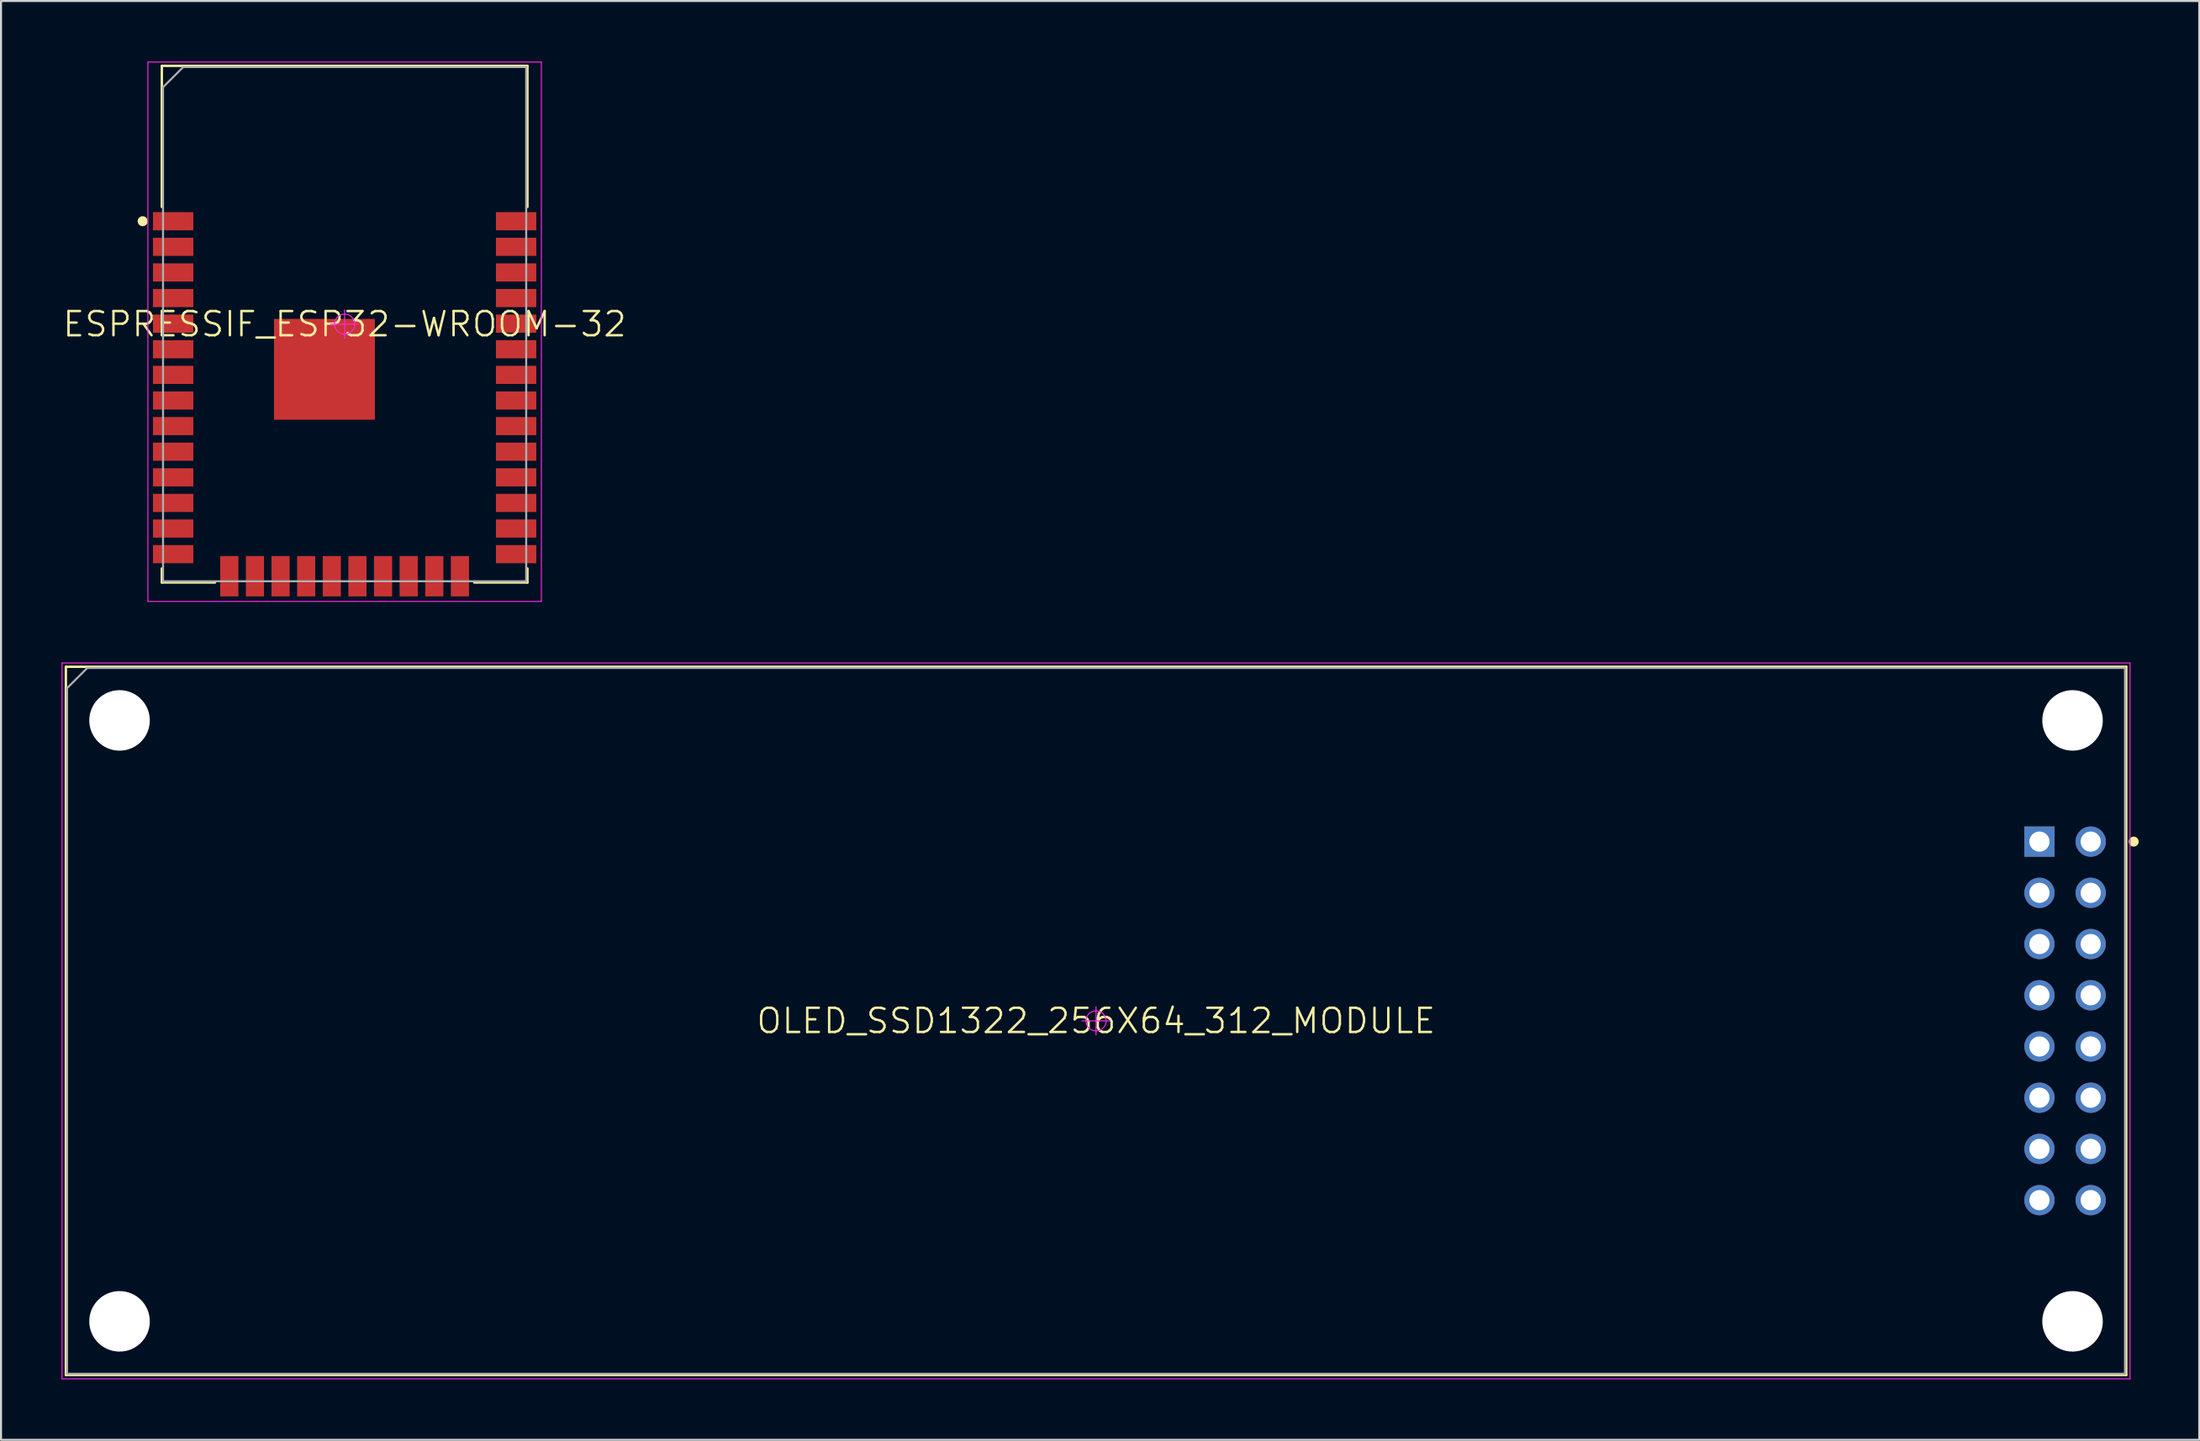
<source format=kicad_pcb>
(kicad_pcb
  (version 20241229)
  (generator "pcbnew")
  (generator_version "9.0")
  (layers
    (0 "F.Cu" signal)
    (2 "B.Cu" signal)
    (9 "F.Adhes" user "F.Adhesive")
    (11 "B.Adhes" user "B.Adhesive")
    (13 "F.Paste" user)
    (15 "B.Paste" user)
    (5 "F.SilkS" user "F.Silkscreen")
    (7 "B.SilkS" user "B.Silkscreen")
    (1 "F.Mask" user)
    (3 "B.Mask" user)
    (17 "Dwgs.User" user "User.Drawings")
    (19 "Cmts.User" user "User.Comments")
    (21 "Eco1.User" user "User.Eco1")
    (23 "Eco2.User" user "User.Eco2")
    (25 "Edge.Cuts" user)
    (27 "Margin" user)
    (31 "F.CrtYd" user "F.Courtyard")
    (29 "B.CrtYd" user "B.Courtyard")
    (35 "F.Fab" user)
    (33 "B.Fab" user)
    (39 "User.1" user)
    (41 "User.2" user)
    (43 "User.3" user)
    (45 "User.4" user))
  (footprint "ESPRESSIF_ESP32-WROOM-32"
    (layer "F.Cu")
    (at 14.031 13.025)
    (property "Reference" "ESPRESSIF_ESP32-WROOM-32" (at 0 0 0) (layer "F.SilkS") (effects (font (size 1.2 1.2) (thickness 0.12))))
    (attr smd)
    (fp_line (start -9.06 -12.81) (end -9.06 -5.815) (stroke (width 0.12) (type solid)) (layer "F.SilkS"))
    (fp_line (start -9.06 -12.81) (end 9.06 -12.81) (stroke (width 0.12) (type solid)) (layer "F.SilkS"))
    (fp_line (start -9.06 12.115) (end -9.06 12.81) (stroke (width 0.12) (type solid)) (layer "F.SilkS"))
    (fp_line (start -9.06 12.81) (end -6.425 12.81) (stroke (width 0.12) (type solid)) (layer "F.SilkS"))
    (fp_line (start 6.425 12.81) (end 9.06 12.81) (stroke (width 0.12) (type solid)) (layer "F.SilkS"))
    (fp_line (start 9.06 -12.81) (end 9.06 -5.815) (stroke (width 0.12) (type solid)) (layer "F.SilkS"))
    (fp_line (start 9.06 12.115) (end 9.06 12.81) (stroke (width 0.12) (type solid)) (layer "F.SilkS"))
    (fp_circle (center -10.01 -5.105) (end -10.01 -4.98) (stroke (width 0.25) (type solid)) (fill no) (layer "F.SilkS"))
    (fp_line (start -9.75 -13) (end 9.75 -13) (stroke (width 0.05) (type solid)) (layer "F.CrtYd"))
    (fp_line (start -9.75 13.75) (end -9.75 -13) (stroke (width 0.05) (type solid)) (layer "F.CrtYd"))
    (fp_line (start -0.7 0) (end 0.7 0) (stroke (width 0.05) (type solid)) (layer "F.CrtYd"))
    (fp_line (start 0 -0.7) (end 0 0.7) (stroke (width 0.05) (type solid)) (layer "F.CrtYd"))
    (fp_line (start 9.75 -13) (end 9.75 13.75) (stroke (width 0.05) (type solid)) (layer "F.CrtYd"))
    (fp_line (start 9.75 13.75) (end -9.75 13.75) (stroke (width 0.05) (type solid)) (layer "F.CrtYd"))
    (fp_circle (center 0 0) (end 0 0.5) (stroke (width 0.05) (type solid)) (fill no) (layer "F.CrtYd"))
    (fp_line (start -9 -11.75) (end -8 -12.75) (stroke (width 0.1) (type solid)) (layer "F.Fab"))
    (fp_line (start -9 12.75) (end -9 -11.75) (stroke (width 0.1) (type solid)) (layer "F.Fab"))
    (fp_line (start -8 -12.75) (end 9 -12.75) (stroke (width 0.1) (type solid)) (layer "F.Fab"))
    (fp_line (start 9 -12.75) (end 9 12.75) (stroke (width 0.1) (type solid)) (layer "F.Fab"))
    (fp_line (start 9 12.75) (end -9 12.75) (stroke (width 0.1) (type solid)) (layer "F.Fab"))
    (pad "1" smd rect (at -8.5 -5.105) (size 2 0.9) (layers "F.Cu" "F.Mask" "F.Paste"))
    (pad "2" smd rect (at -8.5 -3.835) (size 2 0.9) (layers "F.Cu" "F.Mask" "F.Paste"))
    (pad "3" smd rect (at -8.5 -2.565) (size 2 0.9) (layers "F.Cu" "F.Mask" "F.Paste"))
    (pad "4" smd rect (at -8.5 -1.295) (size 2 0.9) (layers "F.Cu" "F.Mask" "F.Paste"))
    (pad "5" smd rect (at -8.5 -0.025) (size 2 0.9) (layers "F.Cu" "F.Mask" "F.Paste"))
    (pad "6" smd rect (at -8.5 1.245) (size 2 0.9) (layers "F.Cu" "F.Mask" "F.Paste"))
    (pad "7" smd rect (at -8.5 2.515) (size 2 0.9) (layers "F.Cu" "F.Mask" "F.Paste"))
    (pad "8" smd rect (at -8.5 3.785) (size 2 0.9) (layers "F.Cu" "F.Mask" "F.Paste"))
    (pad "9" smd rect (at -8.5 5.055) (size 2 0.9) (layers "F.Cu" "F.Mask" "F.Paste"))
    (pad "10" smd rect (at -8.5 6.325) (size 2 0.9) (layers "F.Cu" "F.Mask" "F.Paste"))
    (pad "11" smd rect (at -8.5 7.595) (size 2 0.9) (layers "F.Cu" "F.Mask" "F.Paste"))
    (pad "12" smd rect (at -8.5 8.865) (size 2 0.9) (layers "F.Cu" "F.Mask" "F.Paste"))
    (pad "13" smd rect (at -8.5 10.135) (size 2 0.9) (layers "F.Cu" "F.Mask" "F.Paste"))
    (pad "14" smd rect (at -8.5 11.405) (size 2 0.9) (layers "F.Cu" "F.Mask" "F.Paste"))
    (pad "15" smd rect (at -5.715 12.5) (size 0.9 2) (layers "F.Cu" "F.Mask" "F.Paste"))
    (pad "16" smd rect (at -4.445 12.5) (size 0.9 2) (layers "F.Cu" "F.Mask" "F.Paste"))
    (pad "17" smd rect (at -3.175 12.5) (size 0.9 2) (layers "F.Cu" "F.Mask" "F.Paste"))
    (pad "18" smd rect (at -1.905 12.5) (size 0.9 2) (layers "F.Cu" "F.Mask" "F.Paste"))
    (pad "19" smd rect (at -0.635 12.5) (size 0.9 2) (layers "F.Cu" "F.Mask" "F.Paste"))
    (pad "20" smd rect (at 0.635 12.5) (size 0.9 2) (layers "F.Cu" "F.Mask" "F.Paste"))
    (pad "21" smd rect (at 1.905 12.5) (size 0.9 2) (layers "F.Cu" "F.Mask" "F.Paste"))
    (pad "22" smd rect (at 3.175 12.5) (size 0.9 2) (layers "F.Cu" "F.Mask" "F.Paste"))
    (pad "23" smd rect (at 4.445 12.5) (size 0.9 2) (layers "F.Cu" "F.Mask" "F.Paste"))
    (pad "24" smd rect (at 5.715 12.5) (size 0.9 2) (layers "F.Cu" "F.Mask" "F.Paste"))
    (pad "25" smd rect (at 8.5 11.405) (size 2 0.9) (layers "F.Cu" "F.Mask" "F.Paste"))
    (pad "26" smd rect (at 8.5 10.135) (size 2 0.9) (layers "F.Cu" "F.Mask" "F.Paste"))
    (pad "27" smd rect (at 8.5 8.865) (size 2 0.9) (layers "F.Cu" "F.Mask" "F.Paste"))
    (pad "28" smd rect (at 8.5 7.595) (size 2 0.9) (layers "F.Cu" "F.Mask" "F.Paste"))
    (pad "29" smd rect (at 8.5 6.325) (size 2 0.9) (layers "F.Cu" "F.Mask" "F.Paste"))
    (pad "30" smd rect (at 8.5 5.055) (size 2 0.9) (layers "F.Cu" "F.Mask" "F.Paste"))
    (pad "31" smd rect (at 8.5 3.785) (size 2 0.9) (layers "F.Cu" "F.Mask" "F.Paste"))
    (pad "32" smd rect (at 8.5 2.515) (size 2 0.9) (layers "F.Cu" "F.Mask" "F.Paste"))
    (pad "33" smd rect (at 8.5 1.245) (size 2 0.9) (layers "F.Cu" "F.Mask" "F.Paste"))
    (pad "34" smd rect (at 8.5 -0.025) (size 2 0.9) (layers "F.Cu" "F.Mask" "F.Paste"))
    (pad "35" smd rect (at 8.5 -1.295) (size 2 0.9) (layers "F.Cu" "F.Mask" "F.Paste"))
    (pad "36" smd rect (at 8.5 -2.565) (size 2 0.9) (layers "F.Cu" "F.Mask" "F.Paste"))
    (pad "37" smd rect (at 8.5 -3.835) (size 2 0.9) (layers "F.Cu" "F.Mask" "F.Paste"))
    (pad "38" smd rect (at 8.5 -5.105) (size 2 0.9) (layers "F.Cu" "F.Mask" "F.Paste"))
    (pad "39" smd rect (at -1 2.24) (size 5 5) (layers "F.Cu" "F.Mask" "F.Paste")))
  (footprint "OLED_SSD1322_256X64_312_MODULE"
    (layer "F.Cu")
    (at 51.275 47.575)
    (property "Reference" "OLED_SSD1322_256X64_312_MODULE" (at 0 0 0) (layer "F.SilkS") (effects (font (size 1.2 1.2) (thickness 0.12))))
    (attr through_hole)
    (fp_line (start -51.06 -17.56) (end 51.06 -17.56) (stroke (width 0.12) (type solid)) (layer "F.SilkS"))
    (fp_line (start -51.06 17.56) (end -51.06 -17.56) (stroke (width 0.12) (type solid)) (layer "F.SilkS"))
    (fp_line (start 51.06 -17.56) (end 51.06 17.56) (stroke (width 0.12) (type solid)) (layer "F.SilkS"))
    (fp_line (start 51.06 17.56) (end -51.06 17.56) (stroke (width 0.12) (type solid)) (layer "F.SilkS"))
    (fp_circle (center 51.43 -8.89) (end 51.43 -8.765) (stroke (width 0.25) (type solid)) (fill no) (layer "F.SilkS"))
    (fp_line (start -51.25 -17.75) (end 51.25 -17.75) (stroke (width 0.05) (type solid)) (layer "F.CrtYd"))
    (fp_line (start -51.25 17.75) (end -51.25 -17.75) (stroke (width 0.05) (type solid)) (layer "F.CrtYd"))
    (fp_line (start -0.7 0) (end 0.7 0) (stroke (width 0.05) (type solid)) (layer "F.CrtYd"))
    (fp_line (start 0 -0.7) (end 0 0.7) (stroke (width 0.05) (type solid)) (layer "F.CrtYd"))
    (fp_line (start 51.25 -17.75) (end 51.25 17.75) (stroke (width 0.05) (type solid)) (layer "F.CrtYd"))
    (fp_line (start 51.25 17.75) (end -51.25 17.75) (stroke (width 0.05) (type solid)) (layer "F.CrtYd"))
    (fp_circle (center 0 0) (end 0 0.5) (stroke (width 0.05) (type solid)) (fill no) (layer "F.CrtYd"))
    (fp_line (start -51 -16.5) (end -50 -17.5) (stroke (width 0.1) (type solid)) (layer "F.Fab"))
    (fp_line (start -51 17.5) (end -51 -16.5) (stroke (width 0.1) (type solid)) (layer "F.Fab"))
    (fp_line (start -50 -17.5) (end 51 -17.5) (stroke (width 0.1) (type solid)) (layer "F.Fab"))
    (fp_line (start 51 -17.5) (end 51 17.5) (stroke (width 0.1) (type solid)) (layer "F.Fab"))
    (fp_line (start 51 17.5) (end -51 17.5) (stroke (width 0.1) (type solid)) (layer "F.Fab"))
    (pad "" np_thru_hole circle (at -48.4 -14.9) (size 3 3) (drill 3) (layers "*.Cu" "*.Mask"))
    (pad "" np_thru_hole circle (at -48.4 14.9) (size 3 3) (drill 3) (layers "*.Cu" "*.Mask"))
    (pad "" np_thru_hole circle (at 48.4 -14.9) (size 3 3) (drill 3) (layers "*.Cu" "*.Mask"))
    (pad "" np_thru_hole circle (at 48.4 14.9) (size 3 3) (drill 3) (layers "*.Cu" "*.Mask"))
    (pad "1" thru_hole rect (at 46.76 -8.89) (size 1.5 1.5) (drill 1) (layers "*.Cu" "*.Paste" "*.Mask"))
    (pad "2" thru_hole circle (at 49.3 -8.89) (size 1.5 1.5) (drill 1) (layers "*.Cu" "*.Paste" "*.Mask"))
    (pad "3" thru_hole circle (at 46.76 -6.35) (size 1.5 1.5) (drill 1) (layers "*.Cu" "*.Paste" "*.Mask"))
    (pad "4" thru_hole circle (at 49.3 -6.35) (size 1.5 1.5) (drill 1) (layers "*.Cu" "*.Paste" "*.Mask"))
    (pad "5" thru_hole circle (at 46.76 -3.81) (size 1.5 1.5) (drill 1) (layers "*.Cu" "*.Paste" "*.Mask"))
    (pad "6" thru_hole circle (at 49.3 -3.81) (size 1.5 1.5) (drill 1) (layers "*.Cu" "*.Paste" "*.Mask"))
    (pad "7" thru_hole circle (at 46.76 -1.27) (size 1.5 1.5) (drill 1) (layers "*.Cu" "*.Paste" "*.Mask"))
    (pad "8" thru_hole circle (at 49.3 -1.27) (size 1.5 1.5) (drill 1) (layers "*.Cu" "*.Paste" "*.Mask"))
    (pad "9" thru_hole circle (at 46.76 1.27) (size 1.5 1.5) (drill 1) (layers "*.Cu" "*.Paste" "*.Mask"))
    (pad "10" thru_hole circle (at 49.3 1.27) (size 1.5 1.5) (drill 1) (layers "*.Cu" "*.Paste" "*.Mask"))
    (pad "11" thru_hole circle (at 46.76 3.81) (size 1.5 1.5) (drill 1) (layers "*.Cu" "*.Paste" "*.Mask"))
    (pad "12" thru_hole circle (at 49.3 3.81) (size 1.5 1.5) (drill 1) (layers "*.Cu" "*.Paste" "*.Mask"))
    (pad "13" thru_hole circle (at 46.76 6.35) (size 1.5 1.5) (drill 1) (layers "*.Cu" "*.Paste" "*.Mask"))
    (pad "14" thru_hole circle (at 49.3 6.35) (size 1.5 1.5) (drill 1) (layers "*.Cu" "*.Paste" "*.Mask"))
    (pad "15" thru_hole circle (at 46.76 8.89) (size 1.5 1.5) (drill 1) (layers "*.Cu" "*.Paste" "*.Mask"))
    (pad "16" thru_hole circle (at 49.3 8.89) (size 1.5 1.5) (drill 1) (layers "*.Cu" "*.Paste" "*.Mask")))
  (gr_rect
    (start -3 -3)
    (end 105.955 68.35)
    (stroke (width 0.1) (type default))
    (fill no)
    (layer "Edge.Cuts")))
</source>
